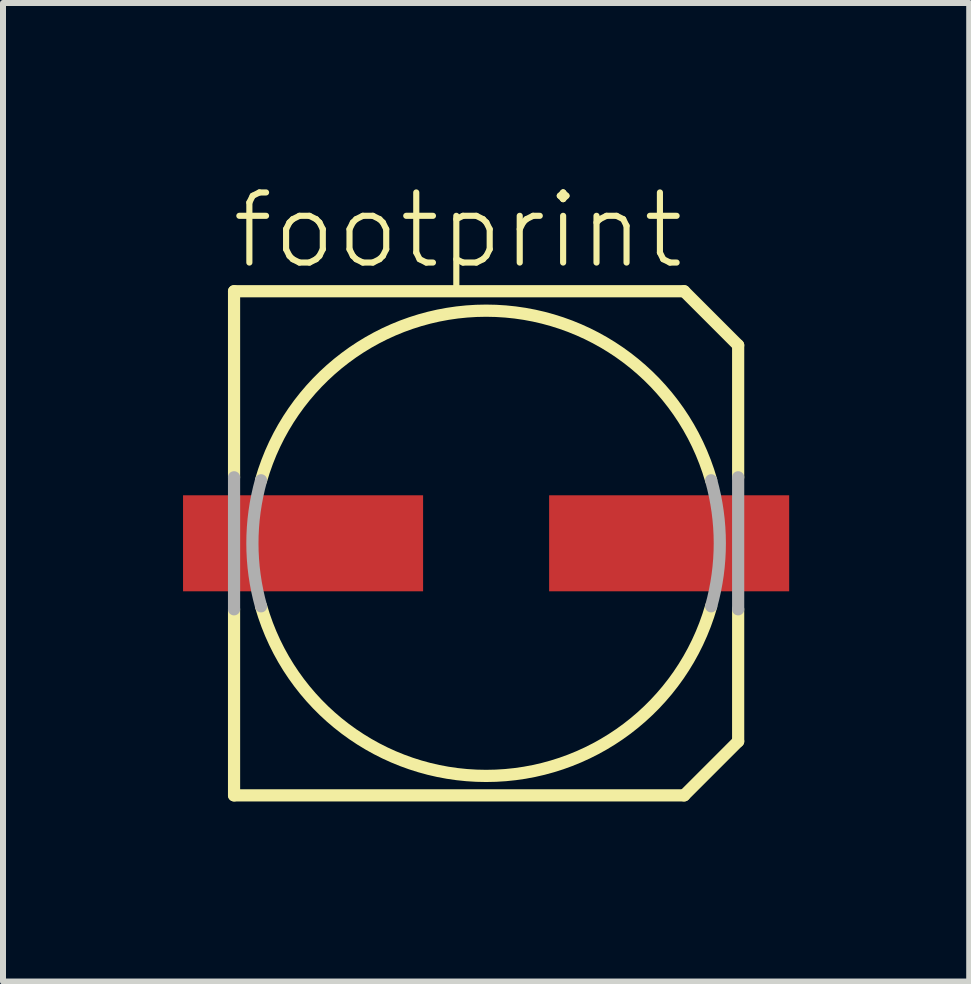
<source format=kicad_pcb>
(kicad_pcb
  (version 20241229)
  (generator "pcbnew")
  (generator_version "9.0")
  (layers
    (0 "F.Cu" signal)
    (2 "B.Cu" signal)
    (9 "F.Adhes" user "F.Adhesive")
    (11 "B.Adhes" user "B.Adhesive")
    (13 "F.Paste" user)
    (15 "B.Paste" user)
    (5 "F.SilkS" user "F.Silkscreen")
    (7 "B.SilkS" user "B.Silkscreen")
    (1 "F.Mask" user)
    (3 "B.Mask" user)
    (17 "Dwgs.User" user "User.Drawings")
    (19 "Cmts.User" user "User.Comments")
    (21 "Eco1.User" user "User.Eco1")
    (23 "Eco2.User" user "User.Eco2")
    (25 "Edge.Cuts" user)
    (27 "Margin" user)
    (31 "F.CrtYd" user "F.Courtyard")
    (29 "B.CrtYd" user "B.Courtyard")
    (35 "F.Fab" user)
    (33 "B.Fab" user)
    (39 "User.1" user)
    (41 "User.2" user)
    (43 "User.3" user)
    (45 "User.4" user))
  (footprint "footprint"
    (layer "F.Cu")
    (at 5.05 6.003)
    (property "Reference" "footprint" (at -4.29 -4.53 0) (layer "F.SilkS") (effects (font (size 1.168 1.168) (thickness 0.102)) (justify left bottom)))
    (fp_line (start -4.2 -4.2) (end 3.3 -4.2) (stroke (width 0.203) (type solid)) (layer "F.SilkS"))
    (fp_line (start -4.2 -1.1) (end -4.2 -4.2) (stroke (width 0.203) (type solid)) (layer "F.SilkS"))
    (fp_line (start -4.2 4.2) (end -4.2 1.1) (stroke (width 0.203) (type solid)) (layer "F.SilkS"))
    (fp_line (start 3.3 -4.2) (end 4.2 -3.3) (stroke (width 0.203) (type solid)) (layer "F.SilkS"))
    (fp_line (start 3.3 4.2) (end -4.2 4.2) (stroke (width 0.203) (type solid)) (layer "F.SilkS"))
    (fp_line (start 4.2 -3.3) (end 4.2 -1.1) (stroke (width 0.203) (type solid)) (layer "F.SilkS"))
    (fp_line (start 4.2 1.1) (end 4.2 3.3) (stroke (width 0.203) (type solid)) (layer "F.SilkS"))
    (fp_line (start 4.2 3.3) (end 3.3 4.2) (stroke (width 0.203) (type solid)) (layer "F.SilkS"))
    (fp_arc (start -3.75 -1.05) (mid 0 -3.876042) (end 3.75 -1.05) (stroke (width 0.2032) (type solid)) (layer "F.SilkS"))
    (fp_arc (start 3.75 1.05) (mid 0 3.876042) (end -3.75 1.05) (stroke (width 0.2032) (type solid)) (layer "F.SilkS"))
    (fp_line (start -4.2 1.1) (end -4.2 -1.1) (stroke (width 0.203) (type solid)) (layer "F.Fab"))
    (fp_line (start 4.2 -1.1) (end 4.2 1.1) (stroke (width 0.203) (type solid)) (layer "F.Fab"))
    (fp_arc (start -3.75 1.05) (mid -3.894226 0) (end -3.75 -1.05) (stroke (width 0.2032) (type solid)) (layer "F.Fab"))
    (fp_arc (start 3.75 -1.05) (mid 3.894226 0) (end 3.75 1.05) (stroke (width 0.2032) (type solid)) (layer "F.Fab"))
    (pad "+" smd rect (at 3.05 0) (size 4 1.6) (layers "F.Cu" "F.Mask" "F.Paste"))
    (pad "-" smd rect (at -3.05 0) (size 4 1.6) (layers "F.Cu" "F.Mask" "F.Paste")))
  (gr_rect
    (start -3 -3)
    (end 13.1 13.305)
    (stroke (width 0.1) (type default))
    (fill no)
    (layer "Edge.Cuts")))
</source>
